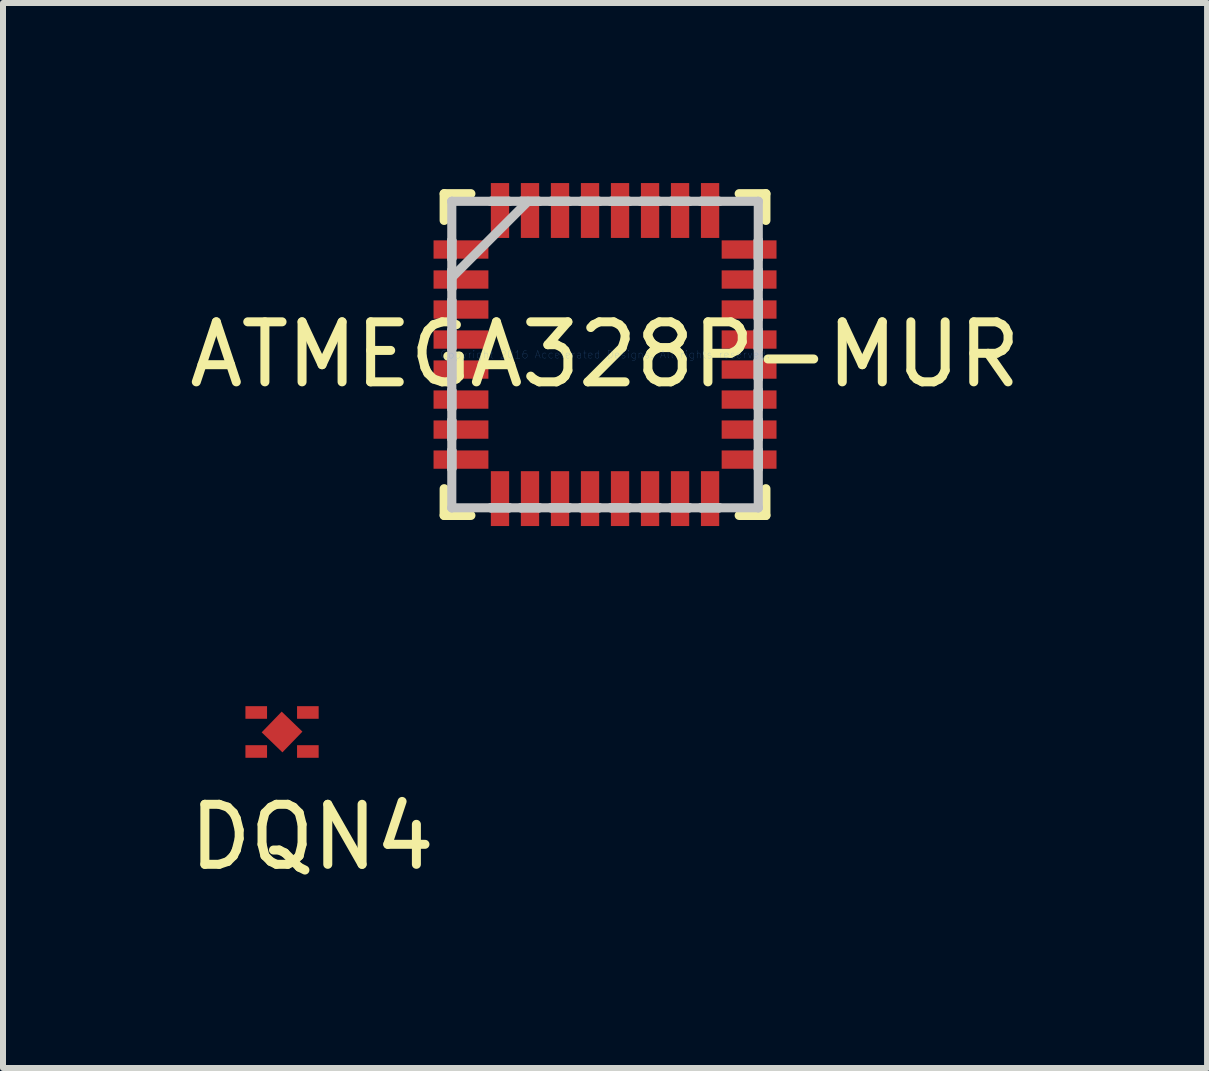
<source format=kicad_pcb>
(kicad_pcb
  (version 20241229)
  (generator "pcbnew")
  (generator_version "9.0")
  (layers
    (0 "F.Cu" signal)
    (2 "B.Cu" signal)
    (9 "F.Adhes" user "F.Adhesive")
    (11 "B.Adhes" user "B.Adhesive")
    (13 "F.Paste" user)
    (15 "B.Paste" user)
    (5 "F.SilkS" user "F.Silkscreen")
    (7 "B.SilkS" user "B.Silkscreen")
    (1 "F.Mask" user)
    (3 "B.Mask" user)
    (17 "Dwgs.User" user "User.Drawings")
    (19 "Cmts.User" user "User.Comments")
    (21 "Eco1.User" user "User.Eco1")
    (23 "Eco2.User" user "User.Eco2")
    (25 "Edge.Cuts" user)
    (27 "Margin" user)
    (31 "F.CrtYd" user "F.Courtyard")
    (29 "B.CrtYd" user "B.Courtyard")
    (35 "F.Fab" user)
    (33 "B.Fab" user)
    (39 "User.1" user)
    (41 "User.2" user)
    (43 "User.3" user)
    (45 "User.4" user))
  (footprint "ATMEGA328P-MUR"
    (layer "F.Cu")
    (at 7.03 2.857)
    (property "Reference" "ATMEGA328P-MUR" (at 0 0 0) (layer "F.SilkS") (effects (font (size 1 1) (thickness 0.15))))
    (attr through_hole)
    (fp_line (start -2.68 -2.68) (end -2.68 -2.235) (stroke (width 0.152) (type solid)) (layer "F.SilkS"))
    (fp_line (start -2.68 2.235) (end -2.68 2.68) (stroke (width 0.152) (type solid)) (layer "F.SilkS"))
    (fp_line (start -2.68 2.68) (end -2.235 2.68) (stroke (width 0.152) (type solid)) (layer "F.SilkS"))
    (fp_line (start -2.235 -2.68) (end -2.68 -2.68) (stroke (width 0.152) (type solid)) (layer "F.SilkS"))
    (fp_line (start 2.235 2.68) (end 2.68 2.68) (stroke (width 0.152) (type solid)) (layer "F.SilkS"))
    (fp_line (start 2.68 -2.68) (end 2.235 -2.68) (stroke (width 0.152) (type solid)) (layer "F.SilkS"))
    (fp_line (start 2.68 -2.235) (end 2.68 -2.68) (stroke (width 0.152) (type solid)) (layer "F.SilkS"))
    (fp_line (start 2.68 2.68) (end 2.68 2.235) (stroke (width 0.152) (type solid)) (layer "F.SilkS"))
    (fp_line (start -2.553 -2.553) (end -2.553 -2.553) (stroke (width 0.152) (type solid)) (layer "Dwgs.User"))
    (fp_line (start -2.553 -2.553) (end -2.553 2.553) (stroke (width 0.152) (type solid)) (layer "Dwgs.User"))
    (fp_line (start -2.553 -1.902) (end -2.553 -1.902) (stroke (width 0.152) (type solid)) (layer "Dwgs.User"))
    (fp_line (start -2.553 -1.902) (end -2.553 -1.598) (stroke (width 0.152) (type solid)) (layer "Dwgs.User"))
    (fp_line (start -2.553 -1.598) (end -2.553 -1.902) (stroke (width 0.152) (type solid)) (layer "Dwgs.User"))
    (fp_line (start -2.553 -1.598) (end -2.553 -1.598) (stroke (width 0.152) (type solid)) (layer "Dwgs.User"))
    (fp_line (start -2.553 -1.402) (end -2.553 -1.402) (stroke (width 0.152) (type solid)) (layer "Dwgs.User"))
    (fp_line (start -2.553 -1.402) (end -2.553 -1.098) (stroke (width 0.152) (type solid)) (layer "Dwgs.User"))
    (fp_line (start -2.553 -1.283) (end -1.283 -2.553) (stroke (width 0.152) (type solid)) (layer "Dwgs.User"))
    (fp_line (start -2.553 -1.098) (end -2.553 -1.402) (stroke (width 0.152) (type solid)) (layer "Dwgs.User"))
    (fp_line (start -2.553 -1.098) (end -2.553 -1.098) (stroke (width 0.152) (type solid)) (layer "Dwgs.User"))
    (fp_line (start -2.553 -0.902) (end -2.553 -0.902) (stroke (width 0.152) (type solid)) (layer "Dwgs.User"))
    (fp_line (start -2.553 -0.902) (end -2.553 -0.598) (stroke (width 0.152) (type solid)) (layer "Dwgs.User"))
    (fp_line (start -2.553 -0.598) (end -2.553 -0.902) (stroke (width 0.152) (type solid)) (layer "Dwgs.User"))
    (fp_line (start -2.553 -0.598) (end -2.553 -0.598) (stroke (width 0.152) (type solid)) (layer "Dwgs.User"))
    (fp_line (start -2.553 -0.402) (end -2.553 -0.402) (stroke (width 0.152) (type solid)) (layer "Dwgs.User"))
    (fp_line (start -2.553 -0.402) (end -2.553 -0.098) (stroke (width 0.152) (type solid)) (layer "Dwgs.User"))
    (fp_line (start -2.553 -0.098) (end -2.553 -0.402) (stroke (width 0.152) (type solid)) (layer "Dwgs.User"))
    (fp_line (start -2.553 -0.098) (end -2.553 -0.098) (stroke (width 0.152) (type solid)) (layer "Dwgs.User"))
    (fp_line (start -2.553 0.098) (end -2.553 0.098) (stroke (width 0.152) (type solid)) (layer "Dwgs.User"))
    (fp_line (start -2.553 0.098) (end -2.553 0.402) (stroke (width 0.152) (type solid)) (layer "Dwgs.User"))
    (fp_line (start -2.553 0.402) (end -2.553 0.098) (stroke (width 0.152) (type solid)) (layer "Dwgs.User"))
    (fp_line (start -2.553 0.402) (end -2.553 0.402) (stroke (width 0.152) (type solid)) (layer "Dwgs.User"))
    (fp_line (start -2.553 0.598) (end -2.553 0.598) (stroke (width 0.152) (type solid)) (layer "Dwgs.User"))
    (fp_line (start -2.553 0.598) (end -2.553 0.902) (stroke (width 0.152) (type solid)) (layer "Dwgs.User"))
    (fp_line (start -2.553 0.902) (end -2.553 0.598) (stroke (width 0.152) (type solid)) (layer "Dwgs.User"))
    (fp_line (start -2.553 0.902) (end -2.553 0.902) (stroke (width 0.152) (type solid)) (layer "Dwgs.User"))
    (fp_line (start -2.553 1.098) (end -2.553 1.098) (stroke (width 0.152) (type solid)) (layer "Dwgs.User"))
    (fp_line (start -2.553 1.098) (end -2.553 1.402) (stroke (width 0.152) (type solid)) (layer "Dwgs.User"))
    (fp_line (start -2.553 1.402) (end -2.553 1.098) (stroke (width 0.152) (type solid)) (layer "Dwgs.User"))
    (fp_line (start -2.553 1.402) (end -2.553 1.402) (stroke (width 0.152) (type solid)) (layer "Dwgs.User"))
    (fp_line (start -2.553 1.598) (end -2.553 1.598) (stroke (width 0.152) (type solid)) (layer "Dwgs.User"))
    (fp_line (start -2.553 1.598) (end -2.553 1.902) (stroke (width 0.152) (type solid)) (layer "Dwgs.User"))
    (fp_line (start -2.553 1.902) (end -2.553 1.598) (stroke (width 0.152) (type solid)) (layer "Dwgs.User"))
    (fp_line (start -2.553 1.902) (end -2.553 1.902) (stroke (width 0.152) (type solid)) (layer "Dwgs.User"))
    (fp_line (start -2.553 2.553) (end -2.553 2.553) (stroke (width 0.152) (type solid)) (layer "Dwgs.User"))
    (fp_line (start -2.553 2.553) (end 2.553 2.553) (stroke (width 0.152) (type solid)) (layer "Dwgs.User"))
    (fp_line (start -1.902 -2.553) (end -1.902 -2.553) (stroke (width 0.152) (type solid)) (layer "Dwgs.User"))
    (fp_line (start -1.902 -2.553) (end -1.598 -2.553) (stroke (width 0.152) (type solid)) (layer "Dwgs.User"))
    (fp_line (start -1.902 2.553) (end -1.902 2.553) (stroke (width 0.152) (type solid)) (layer "Dwgs.User"))
    (fp_line (start -1.902 2.553) (end -1.598 2.553) (stroke (width 0.152) (type solid)) (layer "Dwgs.User"))
    (fp_line (start -1.598 -2.553) (end -1.902 -2.553) (stroke (width 0.152) (type solid)) (layer "Dwgs.User"))
    (fp_line (start -1.598 -2.553) (end -1.598 -2.553) (stroke (width 0.152) (type solid)) (layer "Dwgs.User"))
    (fp_line (start -1.598 2.553) (end -1.902 2.553) (stroke (width 0.152) (type solid)) (layer "Dwgs.User"))
    (fp_line (start -1.598 2.553) (end -1.598 2.553) (stroke (width 0.152) (type solid)) (layer "Dwgs.User"))
    (fp_line (start -1.402 -2.553) (end -1.402 -2.553) (stroke (width 0.152) (type solid)) (layer "Dwgs.User"))
    (fp_line (start -1.402 -2.553) (end -1.098 -2.553) (stroke (width 0.152) (type solid)) (layer "Dwgs.User"))
    (fp_line (start -1.402 2.553) (end -1.402 2.553) (stroke (width 0.152) (type solid)) (layer "Dwgs.User"))
    (fp_line (start -1.402 2.553) (end -1.098 2.553) (stroke (width 0.152) (type solid)) (layer "Dwgs.User"))
    (fp_line (start -1.098 -2.553) (end -1.402 -2.553) (stroke (width 0.152) (type solid)) (layer "Dwgs.User"))
    (fp_line (start -1.098 -2.553) (end -1.098 -2.553) (stroke (width 0.152) (type solid)) (layer "Dwgs.User"))
    (fp_line (start -1.098 2.553) (end -1.402 2.553) (stroke (width 0.152) (type solid)) (layer "Dwgs.User"))
    (fp_line (start -1.098 2.553) (end -1.098 2.553) (stroke (width 0.152) (type solid)) (layer "Dwgs.User"))
    (fp_line (start -0.902 -2.553) (end -0.902 -2.553) (stroke (width 0.152) (type solid)) (layer "Dwgs.User"))
    (fp_line (start -0.902 -2.553) (end -0.598 -2.553) (stroke (width 0.152) (type solid)) (layer "Dwgs.User"))
    (fp_line (start -0.902 2.553) (end -0.902 2.553) (stroke (width 0.152) (type solid)) (layer "Dwgs.User"))
    (fp_line (start -0.902 2.553) (end -0.598 2.553) (stroke (width 0.152) (type solid)) (layer "Dwgs.User"))
    (fp_line (start -0.598 -2.553) (end -0.902 -2.553) (stroke (width 0.152) (type solid)) (layer "Dwgs.User"))
    (fp_line (start -0.598 -2.553) (end -0.598 -2.553) (stroke (width 0.152) (type solid)) (layer "Dwgs.User"))
    (fp_line (start -0.598 2.553) (end -0.902 2.553) (stroke (width 0.152) (type solid)) (layer "Dwgs.User"))
    (fp_line (start -0.598 2.553) (end -0.598 2.553) (stroke (width 0.152) (type solid)) (layer "Dwgs.User"))
    (fp_line (start -0.402 -2.553) (end -0.402 -2.553) (stroke (width 0.152) (type solid)) (layer "Dwgs.User"))
    (fp_line (start -0.402 -2.553) (end -0.098 -2.553) (stroke (width 0.152) (type solid)) (layer "Dwgs.User"))
    (fp_line (start -0.402 2.553) (end -0.402 2.553) (stroke (width 0.152) (type solid)) (layer "Dwgs.User"))
    (fp_line (start -0.402 2.553) (end -0.098 2.553) (stroke (width 0.152) (type solid)) (layer "Dwgs.User"))
    (fp_line (start -0.098 -2.553) (end -0.402 -2.553) (stroke (width 0.152) (type solid)) (layer "Dwgs.User"))
    (fp_line (start -0.098 -2.553) (end -0.098 -2.553) (stroke (width 0.152) (type solid)) (layer "Dwgs.User"))
    (fp_line (start -0.098 2.553) (end -0.402 2.553) (stroke (width 0.152) (type solid)) (layer "Dwgs.User"))
    (fp_line (start -0.098 2.553) (end -0.098 2.553) (stroke (width 0.152) (type solid)) (layer "Dwgs.User"))
    (fp_line (start 0.098 -2.553) (end 0.098 -2.553) (stroke (width 0.152) (type solid)) (layer "Dwgs.User"))
    (fp_line (start 0.098 -2.553) (end 0.402 -2.553) (stroke (width 0.152) (type solid)) (layer "Dwgs.User"))
    (fp_line (start 0.098 2.553) (end 0.098 2.553) (stroke (width 0.152) (type solid)) (layer "Dwgs.User"))
    (fp_line (start 0.098 2.553) (end 0.402 2.553) (stroke (width 0.152) (type solid)) (layer "Dwgs.User"))
    (fp_line (start 0.402 -2.553) (end 0.098 -2.553) (stroke (width 0.152) (type solid)) (layer "Dwgs.User"))
    (fp_line (start 0.402 -2.553) (end 0.402 -2.553) (stroke (width 0.152) (type solid)) (layer "Dwgs.User"))
    (fp_line (start 0.402 2.553) (end 0.098 2.553) (stroke (width 0.152) (type solid)) (layer "Dwgs.User"))
    (fp_line (start 0.402 2.553) (end 0.402 2.553) (stroke (width 0.152) (type solid)) (layer "Dwgs.User"))
    (fp_line (start 0.598 -2.553) (end 0.598 -2.553) (stroke (width 0.152) (type solid)) (layer "Dwgs.User"))
    (fp_line (start 0.598 -2.553) (end 0.902 -2.553) (stroke (width 0.152) (type solid)) (layer "Dwgs.User"))
    (fp_line (start 0.598 2.553) (end 0.598 2.553) (stroke (width 0.152) (type solid)) (layer "Dwgs.User"))
    (fp_line (start 0.598 2.553) (end 0.902 2.553) (stroke (width 0.152) (type solid)) (layer "Dwgs.User"))
    (fp_line (start 0.902 -2.553) (end 0.598 -2.553) (stroke (width 0.152) (type solid)) (layer "Dwgs.User"))
    (fp_line (start 0.902 -2.553) (end 0.902 -2.553) (stroke (width 0.152) (type solid)) (layer "Dwgs.User"))
    (fp_line (start 0.902 2.553) (end 0.598 2.553) (stroke (width 0.152) (type solid)) (layer "Dwgs.User"))
    (fp_line (start 0.902 2.553) (end 0.902 2.553) (stroke (width 0.152) (type solid)) (layer "Dwgs.User"))
    (fp_line (start 1.098 -2.553) (end 1.098 -2.553) (stroke (width 0.152) (type solid)) (layer "Dwgs.User"))
    (fp_line (start 1.098 -2.553) (end 1.402 -2.553) (stroke (width 0.152) (type solid)) (layer "Dwgs.User"))
    (fp_line (start 1.098 2.553) (end 1.098 2.553) (stroke (width 0.152) (type solid)) (layer "Dwgs.User"))
    (fp_line (start 1.098 2.553) (end 1.402 2.553) (stroke (width 0.152) (type solid)) (layer "Dwgs.User"))
    (fp_line (start 1.402 -2.553) (end 1.098 -2.553) (stroke (width 0.152) (type solid)) (layer "Dwgs.User"))
    (fp_line (start 1.402 -2.553) (end 1.402 -2.553) (stroke (width 0.152) (type solid)) (layer "Dwgs.User"))
    (fp_line (start 1.402 2.553) (end 1.098 2.553) (stroke (width 0.152) (type solid)) (layer "Dwgs.User"))
    (fp_line (start 1.402 2.553) (end 1.402 2.553) (stroke (width 0.152) (type solid)) (layer "Dwgs.User"))
    (fp_line (start 1.598 -2.553) (end 1.598 -2.553) (stroke (width 0.152) (type solid)) (layer "Dwgs.User"))
    (fp_line (start 1.598 -2.553) (end 1.902 -2.553) (stroke (width 0.152) (type solid)) (layer "Dwgs.User"))
    (fp_line (start 1.598 2.553) (end 1.598 2.553) (stroke (width 0.152) (type solid)) (layer "Dwgs.User"))
    (fp_line (start 1.598 2.553) (end 1.902 2.553) (stroke (width 0.152) (type solid)) (layer "Dwgs.User"))
    (fp_line (start 1.902 -2.553) (end 1.598 -2.553) (stroke (width 0.152) (type solid)) (layer "Dwgs.User"))
    (fp_line (start 1.902 -2.553) (end 1.902 -2.553) (stroke (width 0.152) (type solid)) (layer "Dwgs.User"))
    (fp_line (start 1.902 2.553) (end 1.598 2.553) (stroke (width 0.152) (type solid)) (layer "Dwgs.User"))
    (fp_line (start 1.902 2.553) (end 1.902 2.553) (stroke (width 0.152) (type solid)) (layer "Dwgs.User"))
    (fp_line (start 2.553 -2.553) (end -2.553 -2.553) (stroke (width 0.152) (type solid)) (layer "Dwgs.User"))
    (fp_line (start 2.553 -2.553) (end 2.553 -2.553) (stroke (width 0.152) (type solid)) (layer "Dwgs.User"))
    (fp_line (start 2.553 -1.902) (end 2.553 -1.902) (stroke (width 0.152) (type solid)) (layer "Dwgs.User"))
    (fp_line (start 2.553 -1.902) (end 2.553 -1.598) (stroke (width 0.152) (type solid)) (layer "Dwgs.User"))
    (fp_line (start 2.553 -1.598) (end 2.553 -1.902) (stroke (width 0.152) (type solid)) (layer "Dwgs.User"))
    (fp_line (start 2.553 -1.598) (end 2.553 -1.598) (stroke (width 0.152) (type solid)) (layer "Dwgs.User"))
    (fp_line (start 2.553 -1.402) (end 2.553 -1.402) (stroke (width 0.152) (type solid)) (layer "Dwgs.User"))
    (fp_line (start 2.553 -1.402) (end 2.553 -1.098) (stroke (width 0.152) (type solid)) (layer "Dwgs.User"))
    (fp_line (start 2.553 -1.098) (end 2.553 -1.402) (stroke (width 0.152) (type solid)) (layer "Dwgs.User"))
    (fp_line (start 2.553 -1.098) (end 2.553 -1.098) (stroke (width 0.152) (type solid)) (layer "Dwgs.User"))
    (fp_line (start 2.553 -0.902) (end 2.553 -0.902) (stroke (width 0.152) (type solid)) (layer "Dwgs.User"))
    (fp_line (start 2.553 -0.902) (end 2.553 -0.598) (stroke (width 0.152) (type solid)) (layer "Dwgs.User"))
    (fp_line (start 2.553 -0.598) (end 2.553 -0.902) (stroke (width 0.152) (type solid)) (layer "Dwgs.User"))
    (fp_line (start 2.553 -0.598) (end 2.553 -0.598) (stroke (width 0.152) (type solid)) (layer "Dwgs.User"))
    (fp_line (start 2.553 -0.402) (end 2.553 -0.402) (stroke (width 0.152) (type solid)) (layer "Dwgs.User"))
    (fp_line (start 2.553 -0.402) (end 2.553 -0.098) (stroke (width 0.152) (type solid)) (layer "Dwgs.User"))
    (fp_line (start 2.553 -0.098) (end 2.553 -0.402) (stroke (width 0.152) (type solid)) (layer "Dwgs.User"))
    (fp_line (start 2.553 -0.098) (end 2.553 -0.098) (stroke (width 0.152) (type solid)) (layer "Dwgs.User"))
    (fp_line (start 2.553 0.098) (end 2.553 0.098) (stroke (width 0.152) (type solid)) (layer "Dwgs.User"))
    (fp_line (start 2.553 0.098) (end 2.553 0.402) (stroke (width 0.152) (type solid)) (layer "Dwgs.User"))
    (fp_line (start 2.553 0.402) (end 2.553 0.098) (stroke (width 0.152) (type solid)) (layer "Dwgs.User"))
    (fp_line (start 2.553 0.402) (end 2.553 0.402) (stroke (width 0.152) (type solid)) (layer "Dwgs.User"))
    (fp_line (start 2.553 0.598) (end 2.553 0.598) (stroke (width 0.152) (type solid)) (layer "Dwgs.User"))
    (fp_line (start 2.553 0.598) (end 2.553 0.902) (stroke (width 0.152) (type solid)) (layer "Dwgs.User"))
    (fp_line (start 2.553 0.902) (end 2.553 0.598) (stroke (width 0.152) (type solid)) (layer "Dwgs.User"))
    (fp_line (start 2.553 0.902) (end 2.553 0.902) (stroke (width 0.152) (type solid)) (layer "Dwgs.User"))
    (fp_line (start 2.553 1.098) (end 2.553 1.098) (stroke (width 0.152) (type solid)) (layer "Dwgs.User"))
    (fp_line (start 2.553 1.098) (end 2.553 1.402) (stroke (width 0.152) (type solid)) (layer "Dwgs.User"))
    (fp_line (start 2.553 1.402) (end 2.553 1.098) (stroke (width 0.152) (type solid)) (layer "Dwgs.User"))
    (fp_line (start 2.553 1.402) (end 2.553 1.402) (stroke (width 0.152) (type solid)) (layer "Dwgs.User"))
    (fp_line (start 2.553 1.598) (end 2.553 1.598) (stroke (width 0.152) (type solid)) (layer "Dwgs.User"))
    (fp_line (start 2.553 1.598) (end 2.553 1.902) (stroke (width 0.152) (type solid)) (layer "Dwgs.User"))
    (fp_line (start 2.553 1.902) (end 2.553 1.598) (stroke (width 0.152) (type solid)) (layer "Dwgs.User"))
    (fp_line (start 2.553 1.902) (end 2.553 1.902) (stroke (width 0.152) (type solid)) (layer "Dwgs.User"))
    (fp_line (start 2.553 2.553) (end 2.553 -2.553) (stroke (width 0.152) (type solid)) (layer "Dwgs.User"))
    (fp_line (start 2.553 2.553) (end 2.553 2.553) (stroke (width 0.152) (type solid)) (layer "Dwgs.User"))
    (fp_text user "Copyright 2016 Accelerated Designs. All rights reserved." (at 0 0 0) (layer "Cmts.User") (effects (font (size 0.127 0.127) (thickness 0.002))))
    (pad "1" smd rect (at -2.4 -1.75 90) (size 0.305 0.914) (layers "F.Cu" "F.Mask" "F.Paste"))
    (pad "2" smd rect (at -2.4 -1.25 90) (size 0.305 0.914) (layers "F.Cu" "F.Mask" "F.Paste"))
    (pad "3" smd rect (at -2.4 -0.75 90) (size 0.305 0.914) (layers "F.Cu" "F.Mask" "F.Paste"))
    (pad "4" smd rect (at -2.4 -0.25 90) (size 0.305 0.914) (layers "F.Cu" "F.Mask" "F.Paste"))
    (pad "5" smd rect (at -2.4 0.25 90) (size 0.305 0.914) (layers "F.Cu" "F.Mask" "F.Paste"))
    (pad "6" smd rect (at -2.4 0.75 90) (size 0.305 0.914) (layers "F.Cu" "F.Mask" "F.Paste"))
    (pad "7" smd rect (at -2.4 1.25 90) (size 0.305 0.914) (layers "F.Cu" "F.Mask" "F.Paste"))
    (pad "8" smd rect (at -2.4 1.75 90) (size 0.305 0.914) (layers "F.Cu" "F.Mask" "F.Paste"))
    (pad "9" smd rect (at -1.75 2.4) (size 0.305 0.914) (layers "F.Cu" "F.Mask" "F.Paste"))
    (pad "10" smd rect (at -1.25 2.4) (size 0.305 0.914) (layers "F.Cu" "F.Mask" "F.Paste"))
    (pad "11" smd rect (at -0.75 2.4) (size 0.305 0.914) (layers "F.Cu" "F.Mask" "F.Paste"))
    (pad "12" smd rect (at -0.25 2.4) (size 0.305 0.914) (layers "F.Cu" "F.Mask" "F.Paste"))
    (pad "13" smd rect (at 0.25 2.4) (size 0.305 0.914) (layers "F.Cu" "F.Mask" "F.Paste"))
    (pad "14" smd rect (at 0.75 2.4) (size 0.305 0.914) (layers "F.Cu" "F.Mask" "F.Paste"))
    (pad "15" smd rect (at 1.25 2.4) (size 0.305 0.914) (layers "F.Cu" "F.Mask" "F.Paste"))
    (pad "16" smd rect (at 1.75 2.4) (size 0.305 0.914) (layers "F.Cu" "F.Mask" "F.Paste"))
    (pad "17" smd rect (at 2.4 1.75 90) (size 0.305 0.914) (layers "F.Cu" "F.Mask" "F.Paste"))
    (pad "18" smd rect (at 2.4 1.25 90) (size 0.305 0.914) (layers "F.Cu" "F.Mask" "F.Paste"))
    (pad "19" smd rect (at 2.4 0.75 90) (size 0.305 0.914) (layers "F.Cu" "F.Mask" "F.Paste"))
    (pad "20" smd rect (at 2.4 0.25 90) (size 0.305 0.914) (layers "F.Cu" "F.Mask" "F.Paste"))
    (pad "21" smd rect (at 2.4 -0.25 90) (size 0.305 0.914) (layers "F.Cu" "F.Mask" "F.Paste"))
    (pad "22" smd rect (at 2.4 -0.75 90) (size 0.305 0.914) (layers "F.Cu" "F.Mask" "F.Paste"))
    (pad "23" smd rect (at 2.4 -1.25 90) (size 0.305 0.914) (layers "F.Cu" "F.Mask" "F.Paste"))
    (pad "24" smd rect (at 2.4 -1.75 90) (size 0.305 0.914) (layers "F.Cu" "F.Mask" "F.Paste"))
    (pad "25" smd rect (at 1.75 -2.4) (size 0.305 0.914) (layers "F.Cu" "F.Mask" "F.Paste"))
    (pad "26" smd rect (at 1.25 -2.4) (size 0.305 0.914) (layers "F.Cu" "F.Mask" "F.Paste"))
    (pad "27" smd rect (at 0.75 -2.4) (size 0.305 0.914) (layers "F.Cu" "F.Mask" "F.Paste"))
    (pad "28" smd rect (at 0.25 -2.4) (size 0.305 0.914) (layers "F.Cu" "F.Mask" "F.Paste"))
    (pad "29" smd rect (at -0.25 -2.4) (size 0.305 0.914) (layers "F.Cu" "F.Mask" "F.Paste"))
    (pad "30" smd rect (at -0.75 -2.4) (size 0.305 0.914) (layers "F.Cu" "F.Mask" "F.Paste"))
    (pad "31" smd rect (at -1.25 -2.4) (size 0.305 0.914) (layers "F.Cu" "F.Mask" "F.Paste"))
    (pad "32" smd rect (at -1.75 -2.4) (size 0.305 0.914) (layers "F.Cu" "F.Mask" "F.Paste")))
  (footprint "DQN4"
    (layer "F.Cu")
    (at 1.649 9.145)
    (property "Reference" "DQN4" (at 0.5 1.75 0) (layer "F.SilkS") (effects (font (size 1 1) (thickness 0.15))))
    (attr through_hole)
    (pad "1" smd rect (at -0.43 -0.325) (size 0.36 0.21) (layers "F.Cu" "F.Mask" "F.Paste"))
    (pad "2" smd rect (at -0.43 0.325) (size 0.36 0.21) (layers "F.Cu" "F.Mask" "F.Paste"))
    (pad "3" smd rect (at 0.43 0.325) (size 0.36 0.21) (layers "F.Cu" "F.Mask" "F.Paste"))
    (pad "4" smd rect (at 0.43 -0.325) (size 0.36 0.21) (layers "F.Cu" "F.Mask" "F.Paste"))
    (pad "5" smd rect (at 0 0 46) (size 0.48 0.48) (layers "F.Cu" "F.Mask" "F.Paste")))
  (gr_rect
    (start -3 -3)
    (end 17.06 14.743)
    (stroke (width 0.1) (type default))
    (fill no)
    (layer "Edge.Cuts")))
</source>
